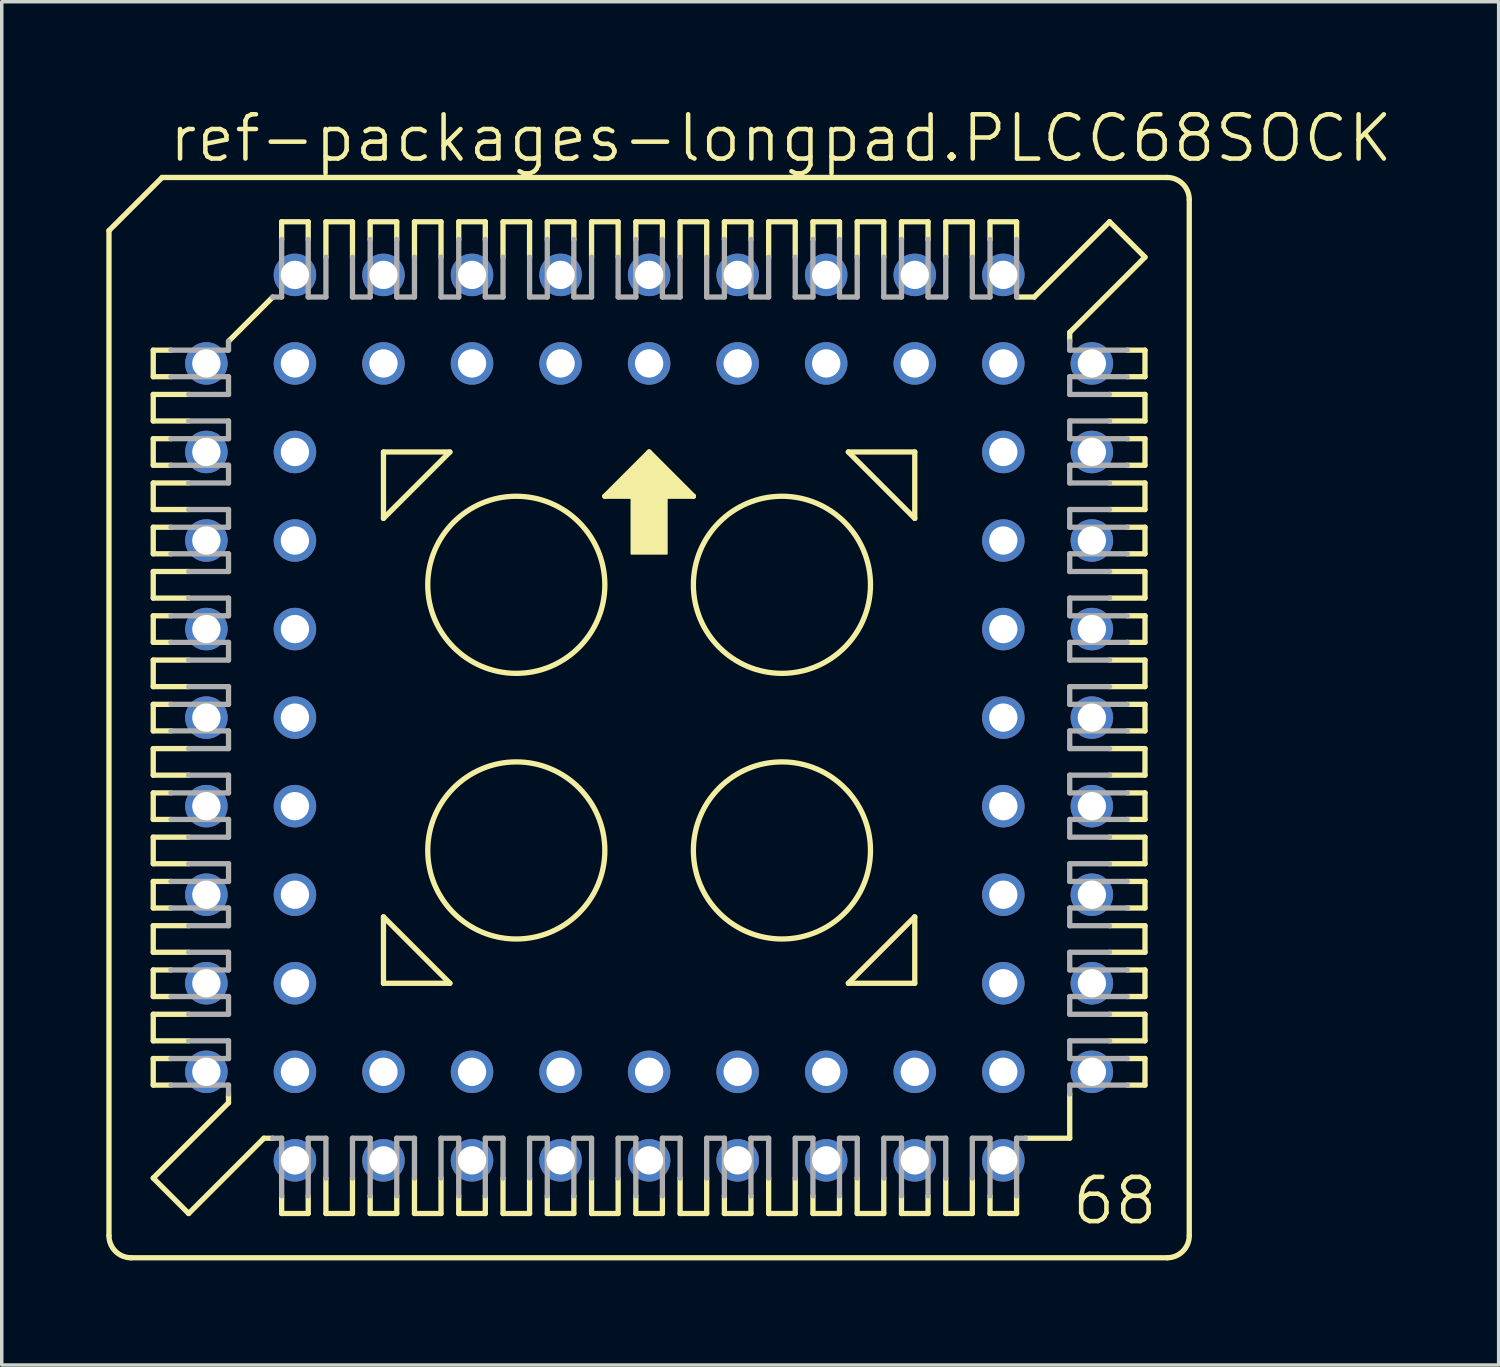
<source format=kicad_pcb>
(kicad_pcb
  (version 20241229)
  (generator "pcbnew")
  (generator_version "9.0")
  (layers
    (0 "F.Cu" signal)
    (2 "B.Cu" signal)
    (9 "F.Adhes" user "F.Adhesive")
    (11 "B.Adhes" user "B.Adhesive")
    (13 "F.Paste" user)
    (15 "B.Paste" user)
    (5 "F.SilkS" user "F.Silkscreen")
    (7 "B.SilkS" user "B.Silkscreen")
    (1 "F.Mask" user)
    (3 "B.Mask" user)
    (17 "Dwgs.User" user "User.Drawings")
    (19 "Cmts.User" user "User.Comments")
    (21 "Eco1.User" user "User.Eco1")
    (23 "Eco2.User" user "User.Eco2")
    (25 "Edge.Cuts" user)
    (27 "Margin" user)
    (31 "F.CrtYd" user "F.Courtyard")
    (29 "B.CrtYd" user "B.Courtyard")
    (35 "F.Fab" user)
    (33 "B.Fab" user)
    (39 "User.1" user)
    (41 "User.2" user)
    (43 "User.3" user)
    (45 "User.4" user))
  (footprint "ref-packages-longpad.PLCC68SOCK"
    (layer "F.Cu")
    (at 15.57 17.535)
    (property "Reference" "ref-packages-longpad.PLCC68SOCK" (at -13.843 -15.875 0) (layer "F.SilkS") (effects (font (size 1.27 1.27) (thickness 0.13)) (justify left bottom)))
    (attr through_hole)
    (fp_line (start -15.494 -13.97) (end -15.494 14.859) (stroke (width 0.152) (type default)) (layer "F.SilkS"))
    (fp_line (start -14.224 -10.541) (end -14.224 -9.779) (stroke (width 0.152) (type default)) (layer "F.SilkS"))
    (fp_line (start -14.224 -9.779) (end -13.716 -9.779) (stroke (width 0.152) (type default)) (layer "F.SilkS"))
    (fp_line (start -14.224 -9.271) (end -14.224 -8.509) (stroke (width 0.152) (type default)) (layer "F.SilkS"))
    (fp_line (start -14.224 -8.509) (end -13.208 -8.509) (stroke (width 0.152) (type default)) (layer "F.SilkS"))
    (fp_line (start -14.224 -8.001) (end -13.716 -8.001) (stroke (width 0.152) (type default)) (layer "F.SilkS"))
    (fp_line (start -14.224 -7.239) (end -14.224 -8.001) (stroke (width 0.152) (type default)) (layer "F.SilkS"))
    (fp_line (start -14.224 -6.731) (end -14.224 -5.969) (stroke (width 0.152) (type default)) (layer "F.SilkS"))
    (fp_line (start -14.224 -5.969) (end -13.208 -5.969) (stroke (width 0.152) (type default)) (layer "F.SilkS"))
    (fp_line (start -14.224 -5.461) (end -14.224 -4.699) (stroke (width 0.152) (type default)) (layer "F.SilkS"))
    (fp_line (start -14.224 -4.699) (end -13.716 -4.699) (stroke (width 0.152) (type default)) (layer "F.SilkS"))
    (fp_line (start -14.224 -4.191) (end -14.224 -3.429) (stroke (width 0.152) (type default)) (layer "F.SilkS"))
    (fp_line (start -14.224 -3.429) (end -13.208 -3.429) (stroke (width 0.152) (type default)) (layer "F.SilkS"))
    (fp_line (start -14.224 -2.921) (end -14.224 -2.159) (stroke (width 0.152) (type default)) (layer "F.SilkS"))
    (fp_line (start -14.224 -2.159) (end -13.716 -2.159) (stroke (width 0.152) (type default)) (layer "F.SilkS"))
    (fp_line (start -14.224 -1.651) (end -13.208 -1.651) (stroke (width 0.152) (type default)) (layer "F.SilkS"))
    (fp_line (start -14.224 -0.889) (end -14.224 -1.651) (stroke (width 0.152) (type default)) (layer "F.SilkS"))
    (fp_line (start -14.224 -0.381) (end -13.716 -0.381) (stroke (width 0.152) (type default)) (layer "F.SilkS"))
    (fp_line (start -14.224 0.381) (end -14.224 -0.381) (stroke (width 0.152) (type default)) (layer "F.SilkS"))
    (fp_line (start -14.224 0.889) (end -13.208 0.889) (stroke (width 0.152) (type default)) (layer "F.SilkS"))
    (fp_line (start -14.224 1.651) (end -14.224 0.889) (stroke (width 0.152) (type default)) (layer "F.SilkS"))
    (fp_line (start -14.224 2.159) (end -13.716 2.159) (stroke (width 0.152) (type default)) (layer "F.SilkS"))
    (fp_line (start -14.224 2.921) (end -14.224 2.159) (stroke (width 0.152) (type default)) (layer "F.SilkS"))
    (fp_line (start -14.224 3.429) (end -13.208 3.429) (stroke (width 0.152) (type default)) (layer "F.SilkS"))
    (fp_line (start -14.224 4.191) (end -14.224 3.429) (stroke (width 0.152) (type default)) (layer "F.SilkS"))
    (fp_line (start -14.224 4.699) (end -13.716 4.699) (stroke (width 0.152) (type default)) (layer "F.SilkS"))
    (fp_line (start -14.224 5.461) (end -14.224 4.699) (stroke (width 0.152) (type default)) (layer "F.SilkS"))
    (fp_line (start -14.224 5.969) (end -14.224 6.731) (stroke (width 0.152) (type default)) (layer "F.SilkS"))
    (fp_line (start -14.224 6.731) (end -13.208 6.731) (stroke (width 0.152) (type default)) (layer "F.SilkS"))
    (fp_line (start -14.224 7.239) (end -14.224 8.001) (stroke (width 0.152) (type default)) (layer "F.SilkS"))
    (fp_line (start -14.224 8.001) (end -13.716 8.001) (stroke (width 0.152) (type default)) (layer "F.SilkS"))
    (fp_line (start -14.224 8.509) (end -14.224 9.271) (stroke (width 0.152) (type default)) (layer "F.SilkS"))
    (fp_line (start -14.224 9.271) (end -13.208 9.271) (stroke (width 0.152) (type default)) (layer "F.SilkS"))
    (fp_line (start -14.224 9.779) (end -13.716 9.779) (stroke (width 0.152) (type default)) (layer "F.SilkS"))
    (fp_line (start -14.224 10.541) (end -14.224 9.779) (stroke (width 0.152) (type default)) (layer "F.SilkS"))
    (fp_line (start -14.224 13.208) (end -12.065 11.049) (stroke (width 0.152) (type default)) (layer "F.SilkS"))
    (fp_line (start -13.97 -15.494) (end -15.494 -13.97) (stroke (width 0.152) (type default)) (layer "F.SilkS"))
    (fp_line (start -13.716 -10.541) (end -14.224 -10.541) (stroke (width 0.152) (type default)) (layer "F.SilkS"))
    (fp_line (start -13.716 -7.239) (end -14.224 -7.239) (stroke (width 0.152) (type default)) (layer "F.SilkS"))
    (fp_line (start -13.716 -5.461) (end -14.224 -5.461) (stroke (width 0.152) (type default)) (layer "F.SilkS"))
    (fp_line (start -13.716 -2.921) (end -14.224 -2.921) (stroke (width 0.152) (type default)) (layer "F.SilkS"))
    (fp_line (start -13.716 0.381) (end -14.224 0.381) (stroke (width 0.152) (type default)) (layer "F.SilkS"))
    (fp_line (start -13.716 2.921) (end -14.224 2.921) (stroke (width 0.152) (type default)) (layer "F.SilkS"))
    (fp_line (start -13.716 5.461) (end -14.224 5.461) (stroke (width 0.152) (type default)) (layer "F.SilkS"))
    (fp_line (start -13.716 7.239) (end -14.224 7.239) (stroke (width 0.152) (type default)) (layer "F.SilkS"))
    (fp_line (start -13.716 10.541) (end -14.224 10.541) (stroke (width 0.152) (type default)) (layer "F.SilkS"))
    (fp_line (start -13.208 -9.271) (end -14.224 -9.271) (stroke (width 0.152) (type default)) (layer "F.SilkS"))
    (fp_line (start -13.208 -6.731) (end -14.224 -6.731) (stroke (width 0.152) (type default)) (layer "F.SilkS"))
    (fp_line (start -13.208 -4.191) (end -14.224 -4.191) (stroke (width 0.152) (type default)) (layer "F.SilkS"))
    (fp_line (start -13.208 -0.889) (end -14.224 -0.889) (stroke (width 0.152) (type default)) (layer "F.SilkS"))
    (fp_line (start -13.208 1.651) (end -14.224 1.651) (stroke (width 0.152) (type default)) (layer "F.SilkS"))
    (fp_line (start -13.208 4.191) (end -14.224 4.191) (stroke (width 0.152) (type default)) (layer "F.SilkS"))
    (fp_line (start -13.208 5.969) (end -14.224 5.969) (stroke (width 0.152) (type default)) (layer "F.SilkS"))
    (fp_line (start -13.208 8.509) (end -14.224 8.509) (stroke (width 0.152) (type default)) (layer "F.SilkS"))
    (fp_line (start -13.208 14.224) (end -14.224 13.208) (stroke (width 0.152) (type default)) (layer "F.SilkS"))
    (fp_line (start -13.208 14.224) (end -11.049 12.065) (stroke (width 0.152) (type default)) (layer "F.SilkS"))
    (fp_line (start -12.065 -10.795) (end -10.795 -12.065) (stroke (width 0.152) (type default)) (layer "F.SilkS"))
    (fp_line (start -12.065 11.049) (end -12.065 10.795) (stroke (width 0.152) (type default)) (layer "F.SilkS"))
    (fp_line (start -11.049 12.065) (end -10.795 12.065) (stroke (width 0.152) (type default)) (layer "F.SilkS"))
    (fp_line (start -10.541 -14.224) (end -10.541 -13.716) (stroke (width 0.152) (type default)) (layer "F.SilkS"))
    (fp_line (start -10.541 13.716) (end -10.541 14.224) (stroke (width 0.152) (type default)) (layer "F.SilkS"))
    (fp_line (start -10.541 14.224) (end -9.779 14.224) (stroke (width 0.152) (type default)) (layer "F.SilkS"))
    (fp_line (start -9.779 -14.224) (end -10.541 -14.224) (stroke (width 0.152) (type default)) (layer "F.SilkS"))
    (fp_line (start -9.779 -13.716) (end -9.779 -14.224) (stroke (width 0.152) (type default)) (layer "F.SilkS"))
    (fp_line (start -9.779 14.224) (end -9.779 13.716) (stroke (width 0.152) (type default)) (layer "F.SilkS"))
    (fp_line (start -9.271 -14.224) (end -9.271 -13.208) (stroke (width 0.152) (type default)) (layer "F.SilkS"))
    (fp_line (start -9.271 13.208) (end -9.271 14.224) (stroke (width 0.152) (type default)) (layer "F.SilkS"))
    (fp_line (start -9.271 14.224) (end -8.509 14.224) (stroke (width 0.152) (type default)) (layer "F.SilkS"))
    (fp_line (start -8.509 -14.224) (end -9.271 -14.224) (stroke (width 0.152) (type default)) (layer "F.SilkS"))
    (fp_line (start -8.509 -13.208) (end -8.509 -14.224) (stroke (width 0.152) (type default)) (layer "F.SilkS"))
    (fp_line (start -8.509 14.224) (end -8.509 13.208) (stroke (width 0.152) (type default)) (layer "F.SilkS"))
    (fp_line (start -8.001 -14.224) (end -8.001 -13.716) (stroke (width 0.152) (type default)) (layer "F.SilkS"))
    (fp_line (start -8.001 14.224) (end -8.001 13.716) (stroke (width 0.152) (type default)) (layer "F.SilkS"))
    (fp_line (start -7.62 -7.62) (end -5.715 -7.62) (stroke (width 0.152) (type default)) (layer "F.SilkS"))
    (fp_line (start -7.62 -5.715) (end -7.62 -7.62) (stroke (width 0.152) (type default)) (layer "F.SilkS"))
    (fp_line (start -7.62 5.715) (end -5.715 7.62) (stroke (width 0.152) (type default)) (layer "F.SilkS"))
    (fp_line (start -7.62 7.62) (end -7.62 5.715) (stroke (width 0.152) (type default)) (layer "F.SilkS"))
    (fp_line (start -7.239 -14.224) (end -8.001 -14.224) (stroke (width 0.152) (type default)) (layer "F.SilkS"))
    (fp_line (start -7.239 -13.716) (end -7.239 -14.224) (stroke (width 0.152) (type default)) (layer "F.SilkS"))
    (fp_line (start -7.239 13.716) (end -7.239 14.224) (stroke (width 0.152) (type default)) (layer "F.SilkS"))
    (fp_line (start -7.239 14.224) (end -8.001 14.224) (stroke (width 0.152) (type default)) (layer "F.SilkS"))
    (fp_line (start -6.731 -14.224) (end -6.731 -13.208) (stroke (width 0.152) (type default)) (layer "F.SilkS"))
    (fp_line (start -6.731 13.208) (end -6.731 14.224) (stroke (width 0.152) (type default)) (layer "F.SilkS"))
    (fp_line (start -6.731 14.224) (end -5.969 14.224) (stroke (width 0.152) (type default)) (layer "F.SilkS"))
    (fp_line (start -5.969 -14.224) (end -6.731 -14.224) (stroke (width 0.152) (type default)) (layer "F.SilkS"))
    (fp_line (start -5.969 -13.208) (end -5.969 -14.224) (stroke (width 0.152) (type default)) (layer "F.SilkS"))
    (fp_line (start -5.969 14.224) (end -5.969 13.208) (stroke (width 0.152) (type default)) (layer "F.SilkS"))
    (fp_line (start -5.715 -7.62) (end -7.62 -5.715) (stroke (width 0.152) (type default)) (layer "F.SilkS"))
    (fp_line (start -5.715 7.62) (end -7.62 7.62) (stroke (width 0.152) (type default)) (layer "F.SilkS"))
    (fp_line (start -5.461 -14.224) (end -5.461 -13.716) (stroke (width 0.152) (type default)) (layer "F.SilkS"))
    (fp_line (start -5.461 13.716) (end -5.461 14.224) (stroke (width 0.152) (type default)) (layer "F.SilkS"))
    (fp_line (start -5.461 14.224) (end -4.699 14.224) (stroke (width 0.152) (type default)) (layer "F.SilkS"))
    (fp_line (start -4.699 -14.224) (end -5.461 -14.224) (stroke (width 0.152) (type default)) (layer "F.SilkS"))
    (fp_line (start -4.699 -13.716) (end -4.699 -14.224) (stroke (width 0.152) (type default)) (layer "F.SilkS"))
    (fp_line (start -4.699 14.224) (end -4.699 13.716) (stroke (width 0.152) (type default)) (layer "F.SilkS"))
    (fp_line (start -4.191 -14.224) (end -4.191 -13.208) (stroke (width 0.152) (type default)) (layer "F.SilkS"))
    (fp_line (start -4.191 13.208) (end -4.191 14.224) (stroke (width 0.152) (type default)) (layer "F.SilkS"))
    (fp_line (start -4.191 14.224) (end -3.429 14.224) (stroke (width 0.152) (type default)) (layer "F.SilkS"))
    (fp_line (start -3.429 -14.224) (end -4.191 -14.224) (stroke (width 0.152) (type default)) (layer "F.SilkS"))
    (fp_line (start -3.429 -13.208) (end -3.429 -14.224) (stroke (width 0.152) (type default)) (layer "F.SilkS"))
    (fp_line (start -3.429 14.224) (end -3.429 13.208) (stroke (width 0.152) (type default)) (layer "F.SilkS"))
    (fp_line (start -2.921 -14.224) (end -2.921 -13.716) (stroke (width 0.152) (type default)) (layer "F.SilkS"))
    (fp_line (start -2.921 13.716) (end -2.921 14.224) (stroke (width 0.152) (type default)) (layer "F.SilkS"))
    (fp_line (start -2.921 14.224) (end -2.159 14.224) (stroke (width 0.152) (type default)) (layer "F.SilkS"))
    (fp_line (start -2.159 -14.224) (end -2.921 -14.224) (stroke (width 0.152) (type default)) (layer "F.SilkS"))
    (fp_line (start -2.159 -13.716) (end -2.159 -14.224) (stroke (width 0.152) (type default)) (layer "F.SilkS"))
    (fp_line (start -2.159 14.224) (end -2.159 13.716) (stroke (width 0.152) (type default)) (layer "F.SilkS"))
    (fp_line (start -1.651 -14.224) (end -1.651 -13.208) (stroke (width 0.152) (type default)) (layer "F.SilkS"))
    (fp_line (start -1.651 13.208) (end -1.651 14.224) (stroke (width 0.152) (type default)) (layer "F.SilkS"))
    (fp_line (start -1.651 14.224) (end -0.889 14.224) (stroke (width 0.152) (type default)) (layer "F.SilkS"))
    (fp_line (start -1.27 -6.35) (end 1.27 -6.35) (stroke (width 0.152) (type default)) (layer "F.SilkS"))
    (fp_line (start -0.889 -14.224) (end -1.651 -14.224) (stroke (width 0.152) (type default)) (layer "F.SilkS"))
    (fp_line (start -0.889 -13.208) (end -0.889 -14.224) (stroke (width 0.152) (type default)) (layer "F.SilkS"))
    (fp_line (start -0.889 14.224) (end -0.889 13.208) (stroke (width 0.152) (type default)) (layer "F.SilkS"))
    (fp_line (start -0.381 -14.224) (end -0.381 -13.716) (stroke (width 0.152) (type default)) (layer "F.SilkS"))
    (fp_line (start -0.381 13.716) (end -0.381 14.224) (stroke (width 0.152) (type default)) (layer "F.SilkS"))
    (fp_line (start -0.381 14.224) (end 0.381 14.224) (stroke (width 0.152) (type default)) (layer "F.SilkS"))
    (fp_line (start 0 -7.62) (end -1.27 -6.35) (stroke (width 0.152) (type default)) (layer "F.SilkS"))
    (fp_line (start 0.381 -14.224) (end -0.381 -14.224) (stroke (width 0.152) (type default)) (layer "F.SilkS"))
    (fp_line (start 0.381 -13.716) (end 0.381 -14.224) (stroke (width 0.152) (type default)) (layer "F.SilkS"))
    (fp_line (start 0.381 14.224) (end 0.381 13.716) (stroke (width 0.152) (type default)) (layer "F.SilkS"))
    (fp_line (start 0.889 -14.224) (end 0.889 -13.208) (stroke (width 0.152) (type default)) (layer "F.SilkS"))
    (fp_line (start 0.889 13.208) (end 0.889 14.224) (stroke (width 0.152) (type default)) (layer "F.SilkS"))
    (fp_line (start 0.889 14.224) (end 1.651 14.224) (stroke (width 0.152) (type default)) (layer "F.SilkS"))
    (fp_line (start 1.27 -6.35) (end 0 -7.62) (stroke (width 0.152) (type default)) (layer "F.SilkS"))
    (fp_line (start 1.651 -14.224) (end 0.889 -14.224) (stroke (width 0.152) (type default)) (layer "F.SilkS"))
    (fp_line (start 1.651 -13.208) (end 1.651 -14.224) (stroke (width 0.152) (type default)) (layer "F.SilkS"))
    (fp_line (start 1.651 14.224) (end 1.651 13.208) (stroke (width 0.152) (type default)) (layer "F.SilkS"))
    (fp_line (start 2.159 -14.224) (end 2.159 -13.716) (stroke (width 0.152) (type default)) (layer "F.SilkS"))
    (fp_line (start 2.159 13.716) (end 2.159 14.224) (stroke (width 0.152) (type default)) (layer "F.SilkS"))
    (fp_line (start 2.159 14.224) (end 2.921 14.224) (stroke (width 0.152) (type default)) (layer "F.SilkS"))
    (fp_line (start 2.921 -14.224) (end 2.159 -14.224) (stroke (width 0.152) (type default)) (layer "F.SilkS"))
    (fp_line (start 2.921 -13.716) (end 2.921 -14.224) (stroke (width 0.152) (type default)) (layer "F.SilkS"))
    (fp_line (start 2.921 14.224) (end 2.921 13.716) (stroke (width 0.152) (type default)) (layer "F.SilkS"))
    (fp_line (start 3.429 -14.224) (end 3.429 -13.208) (stroke (width 0.152) (type default)) (layer "F.SilkS"))
    (fp_line (start 3.429 13.208) (end 3.429 14.224) (stroke (width 0.152) (type default)) (layer "F.SilkS"))
    (fp_line (start 3.429 14.224) (end 4.191 14.224) (stroke (width 0.152) (type default)) (layer "F.SilkS"))
    (fp_line (start 4.191 -14.224) (end 3.429 -14.224) (stroke (width 0.152) (type default)) (layer "F.SilkS"))
    (fp_line (start 4.191 -13.208) (end 4.191 -14.224) (stroke (width 0.152) (type default)) (layer "F.SilkS"))
    (fp_line (start 4.191 14.224) (end 4.191 13.208) (stroke (width 0.152) (type default)) (layer "F.SilkS"))
    (fp_line (start 4.699 -14.224) (end 4.699 -13.716) (stroke (width 0.152) (type default)) (layer "F.SilkS"))
    (fp_line (start 4.699 13.716) (end 4.699 14.224) (stroke (width 0.152) (type default)) (layer "F.SilkS"))
    (fp_line (start 4.699 14.224) (end 5.461 14.224) (stroke (width 0.152) (type default)) (layer "F.SilkS"))
    (fp_line (start 5.461 -14.224) (end 4.699 -14.224) (stroke (width 0.152) (type default)) (layer "F.SilkS"))
    (fp_line (start 5.461 -13.716) (end 5.461 -14.224) (stroke (width 0.152) (type default)) (layer "F.SilkS"))
    (fp_line (start 5.461 14.224) (end 5.461 13.716) (stroke (width 0.152) (type default)) (layer "F.SilkS"))
    (fp_line (start 5.715 -7.62) (end 7.62 -7.62) (stroke (width 0.152) (type default)) (layer "F.SilkS"))
    (fp_line (start 5.715 7.62) (end 7.62 7.62) (stroke (width 0.152) (type default)) (layer "F.SilkS"))
    (fp_line (start 5.969 -14.224) (end 5.969 -13.208) (stroke (width 0.152) (type default)) (layer "F.SilkS"))
    (fp_line (start 5.969 13.208) (end 5.969 14.224) (stroke (width 0.152) (type default)) (layer "F.SilkS"))
    (fp_line (start 5.969 14.224) (end 6.731 14.224) (stroke (width 0.152) (type default)) (layer "F.SilkS"))
    (fp_line (start 6.731 -14.224) (end 5.969 -14.224) (stroke (width 0.152) (type default)) (layer "F.SilkS"))
    (fp_line (start 6.731 -13.208) (end 6.731 -14.224) (stroke (width 0.152) (type default)) (layer "F.SilkS"))
    (fp_line (start 6.731 14.224) (end 6.731 13.208) (stroke (width 0.152) (type default)) (layer "F.SilkS"))
    (fp_line (start 7.239 -14.224) (end 8.001 -14.224) (stroke (width 0.152) (type default)) (layer "F.SilkS"))
    (fp_line (start 7.239 -13.716) (end 7.239 -14.224) (stroke (width 0.152) (type default)) (layer "F.SilkS"))
    (fp_line (start 7.239 13.716) (end 7.239 14.224) (stroke (width 0.152) (type default)) (layer "F.SilkS"))
    (fp_line (start 7.239 14.224) (end 8.001 14.224) (stroke (width 0.152) (type default)) (layer "F.SilkS"))
    (fp_line (start 7.62 -7.62) (end 7.62 -5.715) (stroke (width 0.152) (type default)) (layer "F.SilkS"))
    (fp_line (start 7.62 -5.715) (end 5.715 -7.62) (stroke (width 0.152) (type default)) (layer "F.SilkS"))
    (fp_line (start 7.62 5.715) (end 5.715 7.62) (stroke (width 0.152) (type default)) (layer "F.SilkS"))
    (fp_line (start 7.62 7.62) (end 7.62 5.715) (stroke (width 0.152) (type default)) (layer "F.SilkS"))
    (fp_line (start 8.001 -14.224) (end 8.001 -13.716) (stroke (width 0.152) (type default)) (layer "F.SilkS"))
    (fp_line (start 8.001 14.224) (end 8.001 13.716) (stroke (width 0.152) (type default)) (layer "F.SilkS"))
    (fp_line (start 8.509 -14.224) (end 8.509 -13.208) (stroke (width 0.152) (type default)) (layer "F.SilkS"))
    (fp_line (start 8.509 13.208) (end 8.509 14.224) (stroke (width 0.152) (type default)) (layer "F.SilkS"))
    (fp_line (start 8.509 14.224) (end 9.271 14.224) (stroke (width 0.152) (type default)) (layer "F.SilkS"))
    (fp_line (start 9.271 -14.224) (end 8.509 -14.224) (stroke (width 0.152) (type default)) (layer "F.SilkS"))
    (fp_line (start 9.271 -13.208) (end 9.271 -14.224) (stroke (width 0.152) (type default)) (layer "F.SilkS"))
    (fp_line (start 9.271 14.224) (end 9.271 13.208) (stroke (width 0.152) (type default)) (layer "F.SilkS"))
    (fp_line (start 9.779 -14.224) (end 9.779 -13.716) (stroke (width 0.152) (type default)) (layer "F.SilkS"))
    (fp_line (start 9.779 13.716) (end 9.779 14.224) (stroke (width 0.152) (type default)) (layer "F.SilkS"))
    (fp_line (start 9.779 14.224) (end 10.541 14.224) (stroke (width 0.152) (type default)) (layer "F.SilkS"))
    (fp_line (start 10.541 -14.224) (end 9.779 -14.224) (stroke (width 0.152) (type default)) (layer "F.SilkS"))
    (fp_line (start 10.541 -13.716) (end 10.541 -14.224) (stroke (width 0.152) (type default)) (layer "F.SilkS"))
    (fp_line (start 10.541 14.224) (end 10.541 13.716) (stroke (width 0.152) (type default)) (layer "F.SilkS"))
    (fp_line (start 10.795 12.065) (end 12.065 12.065) (stroke (width 0.152) (type default)) (layer "F.SilkS"))
    (fp_line (start 11.049 -12.065) (end 10.541 -12.065) (stroke (width 0.152) (type default)) (layer "F.SilkS"))
    (fp_line (start 12.065 -11.049) (end 12.065 -10.795) (stroke (width 0.152) (type default)) (layer "F.SilkS"))
    (fp_line (start 12.065 12.065) (end 12.065 10.795) (stroke (width 0.152) (type default)) (layer "F.SilkS"))
    (fp_line (start 13.208 -14.224) (end 11.049 -12.065) (stroke (width 0.152) (type default)) (layer "F.SilkS"))
    (fp_line (start 13.208 -8.509) (end 14.224 -8.509) (stroke (width 0.152) (type default)) (layer "F.SilkS"))
    (fp_line (start 13.208 -5.969) (end 14.224 -5.969) (stroke (width 0.152) (type default)) (layer "F.SilkS"))
    (fp_line (start 13.208 -4.191) (end 14.224 -4.191) (stroke (width 0.152) (type default)) (layer "F.SilkS"))
    (fp_line (start 13.208 -1.651) (end 14.224 -1.651) (stroke (width 0.152) (type default)) (layer "F.SilkS"))
    (fp_line (start 13.208 0.889) (end 14.224 0.889) (stroke (width 0.152) (type default)) (layer "F.SilkS"))
    (fp_line (start 13.208 4.191) (end 14.224 4.191) (stroke (width 0.152) (type default)) (layer "F.SilkS"))
    (fp_line (start 13.208 6.731) (end 14.224 6.731) (stroke (width 0.152) (type default)) (layer "F.SilkS"))
    (fp_line (start 13.208 9.271) (end 14.224 9.271) (stroke (width 0.152) (type default)) (layer "F.SilkS"))
    (fp_line (start 13.716 -10.541) (end 14.224 -10.541) (stroke (width 0.152) (type default)) (layer "F.SilkS"))
    (fp_line (start 13.716 -7.239) (end 14.224 -7.239) (stroke (width 0.152) (type default)) (layer "F.SilkS"))
    (fp_line (start 13.716 -5.461) (end 14.224 -5.461) (stroke (width 0.152) (type default)) (layer "F.SilkS"))
    (fp_line (start 13.716 -2.921) (end 14.224 -2.921) (stroke (width 0.152) (type default)) (layer "F.SilkS"))
    (fp_line (start 13.716 -0.381) (end 14.224 -0.381) (stroke (width 0.152) (type default)) (layer "F.SilkS"))
    (fp_line (start 13.716 2.921) (end 14.224 2.921) (stroke (width 0.152) (type default)) (layer "F.SilkS"))
    (fp_line (start 13.716 5.461) (end 14.224 5.461) (stroke (width 0.152) (type default)) (layer "F.SilkS"))
    (fp_line (start 13.716 7.239) (end 14.224 7.239) (stroke (width 0.152) (type default)) (layer "F.SilkS"))
    (fp_line (start 13.716 10.541) (end 14.224 10.541) (stroke (width 0.152) (type default)) (layer "F.SilkS"))
    (fp_line (start 14.224 -13.208) (end 12.065 -11.049) (stroke (width 0.152) (type default)) (layer "F.SilkS"))
    (fp_line (start 14.224 -13.208) (end 13.208 -14.224) (stroke (width 0.152) (type default)) (layer "F.SilkS"))
    (fp_line (start 14.224 -10.541) (end 14.224 -9.779) (stroke (width 0.152) (type default)) (layer "F.SilkS"))
    (fp_line (start 14.224 -9.779) (end 13.716 -9.779) (stroke (width 0.152) (type default)) (layer "F.SilkS"))
    (fp_line (start 14.224 -9.271) (end 13.208 -9.271) (stroke (width 0.152) (type default)) (layer "F.SilkS"))
    (fp_line (start 14.224 -8.509) (end 14.224 -9.271) (stroke (width 0.152) (type default)) (layer "F.SilkS"))
    (fp_line (start 14.224 -8.001) (end 13.716 -8.001) (stroke (width 0.152) (type default)) (layer "F.SilkS"))
    (fp_line (start 14.224 -7.239) (end 14.224 -8.001) (stroke (width 0.152) (type default)) (layer "F.SilkS"))
    (fp_line (start 14.224 -6.731) (end 13.208 -6.731) (stroke (width 0.152) (type default)) (layer "F.SilkS"))
    (fp_line (start 14.224 -5.969) (end 14.224 -6.731) (stroke (width 0.152) (type default)) (layer "F.SilkS"))
    (fp_line (start 14.224 -5.461) (end 14.224 -4.699) (stroke (width 0.152) (type default)) (layer "F.SilkS"))
    (fp_line (start 14.224 -4.699) (end 13.716 -4.699) (stroke (width 0.152) (type default)) (layer "F.SilkS"))
    (fp_line (start 14.224 -4.191) (end 14.224 -3.429) (stroke (width 0.152) (type default)) (layer "F.SilkS"))
    (fp_line (start 14.224 -3.429) (end 13.208 -3.429) (stroke (width 0.152) (type default)) (layer "F.SilkS"))
    (fp_line (start 14.224 -2.921) (end 14.224 -2.159) (stroke (width 0.152) (type default)) (layer "F.SilkS"))
    (fp_line (start 14.224 -2.159) (end 13.716 -2.159) (stroke (width 0.152) (type default)) (layer "F.SilkS"))
    (fp_line (start 14.224 -1.651) (end 14.224 -0.889) (stroke (width 0.152) (type default)) (layer "F.SilkS"))
    (fp_line (start 14.224 -0.889) (end 13.208 -0.889) (stroke (width 0.152) (type default)) (layer "F.SilkS"))
    (fp_line (start 14.224 -0.381) (end 14.224 0.381) (stroke (width 0.152) (type default)) (layer "F.SilkS"))
    (fp_line (start 14.224 0.381) (end 13.716 0.381) (stroke (width 0.152) (type default)) (layer "F.SilkS"))
    (fp_line (start 14.224 0.889) (end 14.224 1.651) (stroke (width 0.152) (type default)) (layer "F.SilkS"))
    (fp_line (start 14.224 1.651) (end 13.208 1.651) (stroke (width 0.152) (type default)) (layer "F.SilkS"))
    (fp_line (start 14.224 2.159) (end 13.716 2.159) (stroke (width 0.152) (type default)) (layer "F.SilkS"))
    (fp_line (start 14.224 2.921) (end 14.224 2.159) (stroke (width 0.152) (type default)) (layer "F.SilkS"))
    (fp_line (start 14.224 3.429) (end 13.208 3.429) (stroke (width 0.152) (type default)) (layer "F.SilkS"))
    (fp_line (start 14.224 4.191) (end 14.224 3.429) (stroke (width 0.152) (type default)) (layer "F.SilkS"))
    (fp_line (start 14.224 4.699) (end 13.716 4.699) (stroke (width 0.152) (type default)) (layer "F.SilkS"))
    (fp_line (start 14.224 5.461) (end 14.224 4.699) (stroke (width 0.152) (type default)) (layer "F.SilkS"))
    (fp_line (start 14.224 5.969) (end 13.208 5.969) (stroke (width 0.152) (type default)) (layer "F.SilkS"))
    (fp_line (start 14.224 6.731) (end 14.224 5.969) (stroke (width 0.152) (type default)) (layer "F.SilkS"))
    (fp_line (start 14.224 7.239) (end 14.224 8.001) (stroke (width 0.152) (type default)) (layer "F.SilkS"))
    (fp_line (start 14.224 8.001) (end 13.716 8.001) (stroke (width 0.152) (type default)) (layer "F.SilkS"))
    (fp_line (start 14.224 8.509) (end 13.208 8.509) (stroke (width 0.152) (type default)) (layer "F.SilkS"))
    (fp_line (start 14.224 9.271) (end 14.224 8.509) (stroke (width 0.152) (type default)) (layer "F.SilkS"))
    (fp_line (start 14.224 9.779) (end 13.716 9.779) (stroke (width 0.152) (type default)) (layer "F.SilkS"))
    (fp_line (start 14.224 10.541) (end 14.224 9.779) (stroke (width 0.152) (type default)) (layer "F.SilkS"))
    (fp_line (start 14.859 -15.494) (end -13.97 -15.494) (stroke (width 0.152) (type default)) (layer "F.SilkS"))
    (fp_line (start 14.859 15.494) (end -14.859 15.494) (stroke (width 0.152) (type default)) (layer "F.SilkS"))
    (fp_line (start 15.494 -14.859) (end 15.494 14.859) (stroke (width 0.152) (type default)) (layer "F.SilkS"))
    (fp_rect (start -1.143 -6.35) (end -0.889 -6.477) (stroke (width 0.05) (type default)) (fill yes) (layer "F.SilkS"))
    (fp_rect (start -1.016 -6.477) (end -0.889 -6.604) (stroke (width 0.05) (type default)) (fill yes) (layer "F.SilkS"))
    (fp_rect (start -0.889 -6.35) (end 0.889 -6.731) (stroke (width 0.05) (type default)) (fill yes) (layer "F.SilkS"))
    (fp_rect (start -0.762 -6.731) (end -0.635 -6.858) (stroke (width 0.05) (type default)) (fill yes) (layer "F.SilkS"))
    (fp_rect (start -0.635 -6.731) (end 0.635 -6.985) (stroke (width 0.05) (type default)) (fill yes) (layer "F.SilkS"))
    (fp_rect (start -0.508 -6.985) (end -0.381 -7.112) (stroke (width 0.05) (type default)) (fill yes) (layer "F.SilkS"))
    (fp_rect (start -0.508 -4.699) (end 0.508 -6.604) (stroke (width 0.05) (type default)) (fill yes) (layer "F.SilkS"))
    (fp_rect (start -0.381 -6.985) (end 0.381 -7.239) (stroke (width 0.05) (type default)) (fill yes) (layer "F.SilkS"))
    (fp_rect (start -0.254 -7.239) (end -0.127 -7.366) (stroke (width 0.05) (type default)) (fill yes) (layer "F.SilkS"))
    (fp_rect (start -0.127 -7.239) (end 0.127 -7.493) (stroke (width 0.05) (type default)) (fill yes) (layer "F.SilkS"))
    (fp_rect (start 0.127 -7.239) (end 0.254 -7.366) (stroke (width 0.05) (type default)) (fill yes) (layer "F.SilkS"))
    (fp_rect (start 0.381 -6.985) (end 0.508 -7.112) (stroke (width 0.05) (type default)) (fill yes) (layer "F.SilkS"))
    (fp_rect (start 0.635 -6.731) (end 0.762 -6.858) (stroke (width 0.05) (type default)) (fill yes) (layer "F.SilkS"))
    (fp_rect (start 0.889 -6.477) (end 1.016 -6.604) (stroke (width 0.05) (type default)) (fill yes) (layer "F.SilkS"))
    (fp_rect (start 0.889 -6.35) (end 1.143 -6.477) (stroke (width 0.05) (type default)) (fill yes) (layer "F.SilkS"))
    (fp_arc (start -14.859 15.494) (mid -15.308013 15.308013) (end -15.494 14.859) (stroke (width 0.1524) (type default)) (layer "F.SilkS"))
    (fp_arc (start 14.859 -15.494) (mid 15.308013 -15.308013) (end 15.494 -14.859) (stroke (width 0.1524) (type default)) (layer "F.SilkS"))
    (fp_arc (start 15.494 14.859) (mid 15.308013 15.308013) (end 14.859 15.494) (stroke (width 0.1524) (type default)) (layer "F.SilkS"))
    (fp_circle (center -3.81 -3.81) (end -1.27 -3.81) (stroke (width 0.152) (type default)) (fill no) (layer "F.SilkS"))
    (fp_circle (center -3.81 3.81) (end -1.27 3.81) (stroke (width 0.152) (type default)) (fill no) (layer "F.SilkS"))
    (fp_circle (center 3.81 -3.81) (end 6.35 -3.81) (stroke (width 0.152) (type default)) (fill no) (layer "F.SilkS"))
    (fp_circle (center 3.81 3.81) (end 6.35 3.81) (stroke (width 0.152) (type default)) (fill no) (layer "F.SilkS"))
    (fp_line (start -13.716 -10.541) (end -12.065 -10.541) (stroke (width 0.152) (type default)) (layer "F.Fab"))
    (fp_line (start -13.716 -7.239) (end -12.065 -7.239) (stroke (width 0.152) (type default)) (layer "F.Fab"))
    (fp_line (start -13.716 -5.461) (end -12.065 -5.461) (stroke (width 0.152) (type default)) (layer "F.Fab"))
    (fp_line (start -13.716 -2.921) (end -12.065 -2.921) (stroke (width 0.152) (type default)) (layer "F.Fab"))
    (fp_line (start -13.716 0.381) (end -12.065 0.381) (stroke (width 0.152) (type default)) (layer "F.Fab"))
    (fp_line (start -13.716 2.921) (end -12.065 2.921) (stroke (width 0.152) (type default)) (layer "F.Fab"))
    (fp_line (start -13.716 5.461) (end -12.065 5.461) (stroke (width 0.152) (type default)) (layer "F.Fab"))
    (fp_line (start -13.716 7.239) (end -12.065 7.239) (stroke (width 0.152) (type default)) (layer "F.Fab"))
    (fp_line (start -13.716 9.779) (end -12.065 9.779) (stroke (width 0.152) (type default)) (layer "F.Fab"))
    (fp_line (start -13.716 10.541) (end -12.065 10.541) (stroke (width 0.152) (type default)) (layer "F.Fab"))
    (fp_line (start -13.208 -9.271) (end -12.065 -9.271) (stroke (width 0.152) (type default)) (layer "F.Fab"))
    (fp_line (start -13.208 -6.731) (end -12.065 -6.731) (stroke (width 0.152) (type default)) (layer "F.Fab"))
    (fp_line (start -13.208 -4.191) (end -12.065 -4.191) (stroke (width 0.152) (type default)) (layer "F.Fab"))
    (fp_line (start -13.208 -0.889) (end -12.065 -0.889) (stroke (width 0.152) (type default)) (layer "F.Fab"))
    (fp_line (start -13.208 1.651) (end -12.065 1.651) (stroke (width 0.152) (type default)) (layer "F.Fab"))
    (fp_line (start -13.208 4.191) (end -12.065 4.191) (stroke (width 0.152) (type default)) (layer "F.Fab"))
    (fp_line (start -13.208 5.969) (end -12.065 5.969) (stroke (width 0.152) (type default)) (layer "F.Fab"))
    (fp_line (start -13.208 8.509) (end -12.065 8.509) (stroke (width 0.152) (type default)) (layer "F.Fab"))
    (fp_line (start -12.065 -10.541) (end -12.065 -10.795) (stroke (width 0.152) (type default)) (layer "F.Fab"))
    (fp_line (start -12.065 -9.779) (end -13.716 -9.779) (stroke (width 0.152) (type default)) (layer "F.Fab"))
    (fp_line (start -12.065 -9.779) (end -12.065 -9.271) (stroke (width 0.152) (type default)) (layer "F.Fab"))
    (fp_line (start -12.065 -8.509) (end -13.208 -8.509) (stroke (width 0.152) (type default)) (layer "F.Fab"))
    (fp_line (start -12.065 -8.001) (end -13.716 -8.001) (stroke (width 0.152) (type default)) (layer "F.Fab"))
    (fp_line (start -12.065 -8.001) (end -12.065 -8.509) (stroke (width 0.152) (type default)) (layer "F.Fab"))
    (fp_line (start -12.065 -6.731) (end -12.065 -7.239) (stroke (width 0.152) (type default)) (layer "F.Fab"))
    (fp_line (start -12.065 -5.969) (end -13.208 -5.969) (stroke (width 0.152) (type default)) (layer "F.Fab"))
    (fp_line (start -12.065 -5.969) (end -12.065 -5.461) (stroke (width 0.152) (type default)) (layer "F.Fab"))
    (fp_line (start -12.065 -4.699) (end -13.716 -4.699) (stroke (width 0.152) (type default)) (layer "F.Fab"))
    (fp_line (start -12.065 -4.699) (end -12.065 -4.191) (stroke (width 0.152) (type default)) (layer "F.Fab"))
    (fp_line (start -12.065 -3.429) (end -13.208 -3.429) (stroke (width 0.152) (type default)) (layer "F.Fab"))
    (fp_line (start -12.065 -3.429) (end -12.065 -2.921) (stroke (width 0.152) (type default)) (layer "F.Fab"))
    (fp_line (start -12.065 -2.159) (end -13.716 -2.159) (stroke (width 0.152) (type default)) (layer "F.Fab"))
    (fp_line (start -12.065 -2.159) (end -12.065 -1.651) (stroke (width 0.152) (type default)) (layer "F.Fab"))
    (fp_line (start -12.065 -1.651) (end -13.208 -1.651) (stroke (width 0.152) (type default)) (layer "F.Fab"))
    (fp_line (start -12.065 -0.381) (end -13.716 -0.381) (stroke (width 0.152) (type default)) (layer "F.Fab"))
    (fp_line (start -12.065 -0.381) (end -12.065 -0.889) (stroke (width 0.152) (type default)) (layer "F.Fab"))
    (fp_line (start -12.065 0.889) (end -13.208 0.889) (stroke (width 0.152) (type default)) (layer "F.Fab"))
    (fp_line (start -12.065 0.889) (end -12.065 0.381) (stroke (width 0.152) (type default)) (layer "F.Fab"))
    (fp_line (start -12.065 2.159) (end -13.716 2.159) (stroke (width 0.152) (type default)) (layer "F.Fab"))
    (fp_line (start -12.065 2.159) (end -12.065 1.651) (stroke (width 0.152) (type default)) (layer "F.Fab"))
    (fp_line (start -12.065 3.429) (end -13.208 3.429) (stroke (width 0.152) (type default)) (layer "F.Fab"))
    (fp_line (start -12.065 3.429) (end -12.065 2.921) (stroke (width 0.152) (type default)) (layer "F.Fab"))
    (fp_line (start -12.065 4.699) (end -13.716 4.699) (stroke (width 0.152) (type default)) (layer "F.Fab"))
    (fp_line (start -12.065 4.699) (end -12.065 4.191) (stroke (width 0.152) (type default)) (layer "F.Fab"))
    (fp_line (start -12.065 5.461) (end -12.065 5.969) (stroke (width 0.152) (type default)) (layer "F.Fab"))
    (fp_line (start -12.065 6.731) (end -13.208 6.731) (stroke (width 0.152) (type default)) (layer "F.Fab"))
    (fp_line (start -12.065 6.731) (end -12.065 7.239) (stroke (width 0.152) (type default)) (layer "F.Fab"))
    (fp_line (start -12.065 8.001) (end -13.716 8.001) (stroke (width 0.152) (type default)) (layer "F.Fab"))
    (fp_line (start -12.065 8.001) (end -12.065 8.509) (stroke (width 0.152) (type default)) (layer "F.Fab"))
    (fp_line (start -12.065 9.271) (end -13.208 9.271) (stroke (width 0.152) (type default)) (layer "F.Fab"))
    (fp_line (start -12.065 9.271) (end -12.065 9.779) (stroke (width 0.152) (type default)) (layer "F.Fab"))
    (fp_line (start -12.065 10.541) (end -12.065 10.795) (stroke (width 0.152) (type default)) (layer "F.Fab"))
    (fp_line (start -10.795 -12.065) (end -10.541 -12.065) (stroke (width 0.152) (type default)) (layer "F.Fab"))
    (fp_line (start -10.541 -12.065) (end -10.541 -13.716) (stroke (width 0.152) (type default)) (layer "F.Fab"))
    (fp_line (start -10.541 12.065) (end -10.795 12.065) (stroke (width 0.152) (type default)) (layer "F.Fab"))
    (fp_line (start -10.541 13.716) (end -10.541 12.065) (stroke (width 0.152) (type default)) (layer "F.Fab"))
    (fp_line (start -9.779 -13.716) (end -9.779 -12.065) (stroke (width 0.152) (type default)) (layer "F.Fab"))
    (fp_line (start -9.779 12.065) (end -9.779 13.716) (stroke (width 0.152) (type default)) (layer "F.Fab"))
    (fp_line (start -9.779 12.065) (end -9.271 12.065) (stroke (width 0.152) (type default)) (layer "F.Fab"))
    (fp_line (start -9.271 -12.065) (end -9.779 -12.065) (stroke (width 0.152) (type default)) (layer "F.Fab"))
    (fp_line (start -9.271 -12.065) (end -9.271 -13.208) (stroke (width 0.152) (type default)) (layer "F.Fab"))
    (fp_line (start -9.271 13.208) (end -9.271 12.065) (stroke (width 0.152) (type default)) (layer "F.Fab"))
    (fp_line (start -8.509 -13.208) (end -8.509 -12.065) (stroke (width 0.152) (type default)) (layer "F.Fab"))
    (fp_line (start -8.509 12.065) (end -8.509 13.208) (stroke (width 0.152) (type default)) (layer "F.Fab"))
    (fp_line (start -8.001 -12.065) (end -8.509 -12.065) (stroke (width 0.152) (type default)) (layer "F.Fab"))
    (fp_line (start -8.001 -12.065) (end -8.001 -13.716) (stroke (width 0.152) (type default)) (layer "F.Fab"))
    (fp_line (start -8.001 12.065) (end -8.509 12.065) (stroke (width 0.152) (type default)) (layer "F.Fab"))
    (fp_line (start -8.001 12.065) (end -8.001 13.716) (stroke (width 0.152) (type default)) (layer "F.Fab"))
    (fp_line (start -7.239 -13.716) (end -7.239 -12.065) (stroke (width 0.152) (type default)) (layer "F.Fab"))
    (fp_line (start -7.239 13.716) (end -7.239 12.065) (stroke (width 0.152) (type default)) (layer "F.Fab"))
    (fp_line (start -6.731 -12.065) (end -7.239 -12.065) (stroke (width 0.152) (type default)) (layer "F.Fab"))
    (fp_line (start -6.731 -12.065) (end -6.731 -13.208) (stroke (width 0.152) (type default)) (layer "F.Fab"))
    (fp_line (start -6.731 12.065) (end -7.239 12.065) (stroke (width 0.152) (type default)) (layer "F.Fab"))
    (fp_line (start -6.731 13.208) (end -6.731 12.065) (stroke (width 0.152) (type default)) (layer "F.Fab"))
    (fp_line (start -5.969 -13.208) (end -5.969 -12.065) (stroke (width 0.152) (type default)) (layer "F.Fab"))
    (fp_line (start -5.969 12.065) (end -5.969 13.208) (stroke (width 0.152) (type default)) (layer "F.Fab"))
    (fp_line (start -5.969 12.065) (end -5.461 12.065) (stroke (width 0.152) (type default)) (layer "F.Fab"))
    (fp_line (start -5.461 -12.065) (end -5.969 -12.065) (stroke (width 0.152) (type default)) (layer "F.Fab"))
    (fp_line (start -5.461 -12.065) (end -5.461 -13.716) (stroke (width 0.152) (type default)) (layer "F.Fab"))
    (fp_line (start -5.461 13.716) (end -5.461 12.065) (stroke (width 0.152) (type default)) (layer "F.Fab"))
    (fp_line (start -4.699 -13.716) (end -4.699 -12.065) (stroke (width 0.152) (type default)) (layer "F.Fab"))
    (fp_line (start -4.699 12.065) (end -4.699 13.716) (stroke (width 0.152) (type default)) (layer "F.Fab"))
    (fp_line (start -4.699 12.065) (end -4.191 12.065) (stroke (width 0.152) (type default)) (layer "F.Fab"))
    (fp_line (start -4.191 -12.065) (end -4.699 -12.065) (stroke (width 0.152) (type default)) (layer "F.Fab"))
    (fp_line (start -4.191 -12.065) (end -4.191 -13.208) (stroke (width 0.152) (type default)) (layer "F.Fab"))
    (fp_line (start -4.191 13.208) (end -4.191 12.065) (stroke (width 0.152) (type default)) (layer "F.Fab"))
    (fp_line (start -3.429 -13.208) (end -3.429 -12.065) (stroke (width 0.152) (type default)) (layer "F.Fab"))
    (fp_line (start -3.429 12.065) (end -3.429 13.208) (stroke (width 0.152) (type default)) (layer "F.Fab"))
    (fp_line (start -3.429 12.065) (end -2.921 12.065) (stroke (width 0.152) (type default)) (layer "F.Fab"))
    (fp_line (start -2.921 -12.065) (end -3.429 -12.065) (stroke (width 0.152) (type default)) (layer "F.Fab"))
    (fp_line (start -2.921 -12.065) (end -2.921 -13.716) (stroke (width 0.152) (type default)) (layer "F.Fab"))
    (fp_line (start -2.921 13.716) (end -2.921 12.065) (stroke (width 0.152) (type default)) (layer "F.Fab"))
    (fp_line (start -2.159 -13.716) (end -2.159 -12.065) (stroke (width 0.152) (type default)) (layer "F.Fab"))
    (fp_line (start -2.159 12.065) (end -2.159 13.716) (stroke (width 0.152) (type default)) (layer "F.Fab"))
    (fp_line (start -2.159 12.065) (end -1.651 12.065) (stroke (width 0.152) (type default)) (layer "F.Fab"))
    (fp_line (start -1.651 -12.065) (end -2.159 -12.065) (stroke (width 0.152) (type default)) (layer "F.Fab"))
    (fp_line (start -1.651 -12.065) (end -1.651 -13.208) (stroke (width 0.152) (type default)) (layer "F.Fab"))
    (fp_line (start -1.651 13.208) (end -1.651 12.065) (stroke (width 0.152) (type default)) (layer "F.Fab"))
    (fp_line (start -0.889 -13.208) (end -0.889 -12.065) (stroke (width 0.152) (type default)) (layer "F.Fab"))
    (fp_line (start -0.889 12.065) (end -0.889 13.208) (stroke (width 0.152) (type default)) (layer "F.Fab"))
    (fp_line (start -0.889 12.065) (end -0.381 12.065) (stroke (width 0.152) (type default)) (layer "F.Fab"))
    (fp_line (start -0.381 -12.065) (end -0.889 -12.065) (stroke (width 0.152) (type default)) (layer "F.Fab"))
    (fp_line (start -0.381 -12.065) (end -0.381 -13.716) (stroke (width 0.152) (type default)) (layer "F.Fab"))
    (fp_line (start -0.381 13.716) (end -0.381 12.065) (stroke (width 0.152) (type default)) (layer "F.Fab"))
    (fp_line (start 0.381 -13.716) (end 0.381 -12.065) (stroke (width 0.152) (type default)) (layer "F.Fab"))
    (fp_line (start 0.381 12.065) (end 0.381 13.716) (stroke (width 0.152) (type default)) (layer "F.Fab"))
    (fp_line (start 0.381 12.065) (end 0.889 12.065) (stroke (width 0.152) (type default)) (layer "F.Fab"))
    (fp_line (start 0.889 -12.065) (end 0.381 -12.065) (stroke (width 0.152) (type default)) (layer "F.Fab"))
    (fp_line (start 0.889 -12.065) (end 0.889 -13.208) (stroke (width 0.152) (type default)) (layer "F.Fab"))
    (fp_line (start 0.889 13.208) (end 0.889 12.065) (stroke (width 0.152) (type default)) (layer "F.Fab"))
    (fp_line (start 1.651 -13.208) (end 1.651 -12.065) (stroke (width 0.152) (type default)) (layer "F.Fab"))
    (fp_line (start 1.651 12.065) (end 1.651 13.208) (stroke (width 0.152) (type default)) (layer "F.Fab"))
    (fp_line (start 1.651 12.065) (end 2.159 12.065) (stroke (width 0.152) (type default)) (layer "F.Fab"))
    (fp_line (start 2.159 -12.065) (end 1.651 -12.065) (stroke (width 0.152) (type default)) (layer "F.Fab"))
    (fp_line (start 2.159 -12.065) (end 2.159 -13.716) (stroke (width 0.152) (type default)) (layer "F.Fab"))
    (fp_line (start 2.159 13.716) (end 2.159 12.065) (stroke (width 0.152) (type default)) (layer "F.Fab"))
    (fp_line (start 2.921 -13.716) (end 2.921 -12.065) (stroke (width 0.152) (type default)) (layer "F.Fab"))
    (fp_line (start 2.921 12.065) (end 2.921 13.716) (stroke (width 0.152) (type default)) (layer "F.Fab"))
    (fp_line (start 2.921 12.065) (end 3.429 12.065) (stroke (width 0.152) (type default)) (layer "F.Fab"))
    (fp_line (start 3.429 -12.065) (end 2.921 -12.065) (stroke (width 0.152) (type default)) (layer "F.Fab"))
    (fp_line (start 3.429 -12.065) (end 3.429 -13.208) (stroke (width 0.152) (type default)) (layer "F.Fab"))
    (fp_line (start 3.429 13.208) (end 3.429 12.065) (stroke (width 0.152) (type default)) (layer "F.Fab"))
    (fp_line (start 4.191 -13.208) (end 4.191 -12.065) (stroke (width 0.152) (type default)) (layer "F.Fab"))
    (fp_line (start 4.191 12.065) (end 4.191 13.208) (stroke (width 0.152) (type default)) (layer "F.Fab"))
    (fp_line (start 4.191 12.065) (end 4.699 12.065) (stroke (width 0.152) (type default)) (layer "F.Fab"))
    (fp_line (start 4.699 -12.065) (end 4.191 -12.065) (stroke (width 0.152) (type default)) (layer "F.Fab"))
    (fp_line (start 4.699 -12.065) (end 4.699 -13.716) (stroke (width 0.152) (type default)) (layer "F.Fab"))
    (fp_line (start 4.699 13.716) (end 4.699 12.065) (stroke (width 0.152) (type default)) (layer "F.Fab"))
    (fp_line (start 5.461 -13.716) (end 5.461 -12.065) (stroke (width 0.152) (type default)) (layer "F.Fab"))
    (fp_line (start 5.461 12.065) (end 5.461 13.716) (stroke (width 0.152) (type default)) (layer "F.Fab"))
    (fp_line (start 5.461 12.065) (end 5.969 12.065) (stroke (width 0.152) (type default)) (layer "F.Fab"))
    (fp_line (start 5.969 -12.065) (end 5.461 -12.065) (stroke (width 0.152) (type default)) (layer "F.Fab"))
    (fp_line (start 5.969 -12.065) (end 5.969 -13.208) (stroke (width 0.152) (type default)) (layer "F.Fab"))
    (fp_line (start 5.969 13.208) (end 5.969 12.065) (stroke (width 0.152) (type default)) (layer "F.Fab"))
    (fp_line (start 6.731 -13.208) (end 6.731 -12.065) (stroke (width 0.152) (type default)) (layer "F.Fab"))
    (fp_line (start 6.731 -12.065) (end 7.239 -12.065) (stroke (width 0.152) (type default)) (layer "F.Fab"))
    (fp_line (start 6.731 12.065) (end 6.731 13.208) (stroke (width 0.152) (type default)) (layer "F.Fab"))
    (fp_line (start 6.731 12.065) (end 7.239 12.065) (stroke (width 0.152) (type default)) (layer "F.Fab"))
    (fp_line (start 7.239 -13.716) (end 7.239 -12.065) (stroke (width 0.152) (type default)) (layer "F.Fab"))
    (fp_line (start 7.239 13.716) (end 7.239 12.065) (stroke (width 0.152) (type default)) (layer "F.Fab"))
    (fp_line (start 8.001 -12.065) (end 8.001 -13.716) (stroke (width 0.152) (type default)) (layer "F.Fab"))
    (fp_line (start 8.001 -12.065) (end 8.509 -12.065) (stroke (width 0.152) (type default)) (layer "F.Fab"))
    (fp_line (start 8.001 12.065) (end 8.001 13.716) (stroke (width 0.152) (type default)) (layer "F.Fab"))
    (fp_line (start 8.001 12.065) (end 8.509 12.065) (stroke (width 0.152) (type default)) (layer "F.Fab"))
    (fp_line (start 8.509 -12.065) (end 8.509 -13.208) (stroke (width 0.152) (type default)) (layer "F.Fab"))
    (fp_line (start 8.509 13.208) (end 8.509 12.065) (stroke (width 0.152) (type default)) (layer "F.Fab"))
    (fp_line (start 9.271 -13.208) (end 9.271 -12.065) (stroke (width 0.152) (type default)) (layer "F.Fab"))
    (fp_line (start 9.271 13.208) (end 9.271 12.065) (stroke (width 0.152) (type default)) (layer "F.Fab"))
    (fp_line (start 9.779 -12.065) (end 9.271 -12.065) (stroke (width 0.152) (type default)) (layer "F.Fab"))
    (fp_line (start 9.779 -12.065) (end 9.779 -13.716) (stroke (width 0.152) (type default)) (layer "F.Fab"))
    (fp_line (start 9.779 12.065) (end 9.271 12.065) (stroke (width 0.152) (type default)) (layer "F.Fab"))
    (fp_line (start 9.779 13.716) (end 9.779 12.065) (stroke (width 0.152) (type default)) (layer "F.Fab"))
    (fp_line (start 10.541 -13.716) (end 10.541 -12.065) (stroke (width 0.152) (type default)) (layer "F.Fab"))
    (fp_line (start 10.541 12.065) (end 10.541 13.716) (stroke (width 0.152) (type default)) (layer "F.Fab"))
    (fp_line (start 10.795 12.065) (end 10.541 12.065) (stroke (width 0.152) (type default)) (layer "F.Fab"))
    (fp_line (start 12.065 -10.541) (end 12.065 -10.795) (stroke (width 0.152) (type default)) (layer "F.Fab"))
    (fp_line (start 12.065 -9.779) (end 12.065 -9.271) (stroke (width 0.152) (type default)) (layer "F.Fab"))
    (fp_line (start 12.065 -9.779) (end 13.716 -9.779) (stroke (width 0.152) (type default)) (layer "F.Fab"))
    (fp_line (start 12.065 -9.271) (end 13.208 -9.271) (stroke (width 0.152) (type default)) (layer "F.Fab"))
    (fp_line (start 12.065 -8.001) (end 12.065 -8.509) (stroke (width 0.152) (type default)) (layer "F.Fab"))
    (fp_line (start 12.065 -8.001) (end 13.716 -8.001) (stroke (width 0.152) (type default)) (layer "F.Fab"))
    (fp_line (start 12.065 -6.731) (end 12.065 -7.239) (stroke (width 0.152) (type default)) (layer "F.Fab"))
    (fp_line (start 12.065 -6.731) (end 13.208 -6.731) (stroke (width 0.152) (type default)) (layer "F.Fab"))
    (fp_line (start 12.065 -5.461) (end 12.065 -5.969) (stroke (width 0.152) (type default)) (layer "F.Fab"))
    (fp_line (start 12.065 -4.699) (end 12.065 -4.191) (stroke (width 0.152) (type default)) (layer "F.Fab"))
    (fp_line (start 12.065 -4.699) (end 13.716 -4.699) (stroke (width 0.152) (type default)) (layer "F.Fab"))
    (fp_line (start 12.065 -3.429) (end 12.065 -2.921) (stroke (width 0.152) (type default)) (layer "F.Fab"))
    (fp_line (start 12.065 -3.429) (end 13.208 -3.429) (stroke (width 0.152) (type default)) (layer "F.Fab"))
    (fp_line (start 12.065 -2.159) (end 12.065 -1.651) (stroke (width 0.152) (type default)) (layer "F.Fab"))
    (fp_line (start 12.065 -2.159) (end 13.716 -2.159) (stroke (width 0.152) (type default)) (layer "F.Fab"))
    (fp_line (start 12.065 -0.889) (end 12.065 -0.381) (stroke (width 0.152) (type default)) (layer "F.Fab"))
    (fp_line (start 12.065 -0.889) (end 13.208 -0.889) (stroke (width 0.152) (type default)) (layer "F.Fab"))
    (fp_line (start 12.065 0.381) (end 12.065 0.889) (stroke (width 0.152) (type default)) (layer "F.Fab"))
    (fp_line (start 12.065 0.381) (end 13.716 0.381) (stroke (width 0.152) (type default)) (layer "F.Fab"))
    (fp_line (start 12.065 1.651) (end 12.065 2.159) (stroke (width 0.152) (type default)) (layer "F.Fab"))
    (fp_line (start 12.065 1.651) (end 13.208 1.651) (stroke (width 0.152) (type default)) (layer "F.Fab"))
    (fp_line (start 12.065 2.159) (end 13.716 2.159) (stroke (width 0.152) (type default)) (layer "F.Fab"))
    (fp_line (start 12.065 3.429) (end 12.065 2.921) (stroke (width 0.152) (type default)) (layer "F.Fab"))
    (fp_line (start 12.065 3.429) (end 13.208 3.429) (stroke (width 0.152) (type default)) (layer "F.Fab"))
    (fp_line (start 12.065 4.699) (end 12.065 4.191) (stroke (width 0.152) (type default)) (layer "F.Fab"))
    (fp_line (start 12.065 4.699) (end 13.716 4.699) (stroke (width 0.152) (type default)) (layer "F.Fab"))
    (fp_line (start 12.065 5.969) (end 12.065 5.461) (stroke (width 0.152) (type default)) (layer "F.Fab"))
    (fp_line (start 12.065 5.969) (end 13.208 5.969) (stroke (width 0.152) (type default)) (layer "F.Fab"))
    (fp_line (start 12.065 6.731) (end 12.065 7.239) (stroke (width 0.152) (type default)) (layer "F.Fab"))
    (fp_line (start 12.065 8.001) (end 12.065 8.509) (stroke (width 0.152) (type default)) (layer "F.Fab"))
    (fp_line (start 12.065 8.001) (end 13.716 8.001) (stroke (width 0.152) (type default)) (layer "F.Fab"))
    (fp_line (start 12.065 8.509) (end 13.208 8.509) (stroke (width 0.152) (type default)) (layer "F.Fab"))
    (fp_line (start 12.065 9.779) (end 12.065 9.271) (stroke (width 0.152) (type default)) (layer "F.Fab"))
    (fp_line (start 12.065 9.779) (end 13.716 9.779) (stroke (width 0.152) (type default)) (layer "F.Fab"))
    (fp_line (start 12.065 10.541) (end 12.065 10.795) (stroke (width 0.152) (type default)) (layer "F.Fab"))
    (fp_line (start 13.208 -8.509) (end 12.065 -8.509) (stroke (width 0.152) (type default)) (layer "F.Fab"))
    (fp_line (start 13.208 -5.969) (end 12.065 -5.969) (stroke (width 0.152) (type default)) (layer "F.Fab"))
    (fp_line (start 13.208 -4.191) (end 12.065 -4.191) (stroke (width 0.152) (type default)) (layer "F.Fab"))
    (fp_line (start 13.208 -1.651) (end 12.065 -1.651) (stroke (width 0.152) (type default)) (layer "F.Fab"))
    (fp_line (start 13.208 0.889) (end 12.065 0.889) (stroke (width 0.152) (type default)) (layer "F.Fab"))
    (fp_line (start 13.208 4.191) (end 12.065 4.191) (stroke (width 0.152) (type default)) (layer "F.Fab"))
    (fp_line (start 13.208 6.731) (end 12.065 6.731) (stroke (width 0.152) (type default)) (layer "F.Fab"))
    (fp_line (start 13.208 9.271) (end 12.065 9.271) (stroke (width 0.152) (type default)) (layer "F.Fab"))
    (fp_line (start 13.716 -10.541) (end 12.065 -10.541) (stroke (width 0.152) (type default)) (layer "F.Fab"))
    (fp_line (start 13.716 -7.239) (end 12.065 -7.239) (stroke (width 0.152) (type default)) (layer "F.Fab"))
    (fp_line (start 13.716 -5.461) (end 12.065 -5.461) (stroke (width 0.152) (type default)) (layer "F.Fab"))
    (fp_line (start 13.716 -2.921) (end 12.065 -2.921) (stroke (width 0.152) (type default)) (layer "F.Fab"))
    (fp_line (start 13.716 -0.381) (end 12.065 -0.381) (stroke (width 0.152) (type default)) (layer "F.Fab"))
    (fp_line (start 13.716 2.921) (end 12.065 2.921) (stroke (width 0.152) (type default)) (layer "F.Fab"))
    (fp_line (start 13.716 5.461) (end 12.065 5.461) (stroke (width 0.152) (type default)) (layer "F.Fab"))
    (fp_line (start 13.716 7.239) (end 12.065 7.239) (stroke (width 0.152) (type default)) (layer "F.Fab"))
    (fp_line (start 13.716 10.541) (end 12.065 10.541) (stroke (width 0.152) (type default)) (layer "F.Fab"))
    (fp_text user "68" (at 12.065 14.605 0) (layer "F.SilkS") (effects (font (size 1.27 1.27) (thickness 0.13)) (justify left bottom)))
    (pad "1" thru_hole circle (at 0 -12.7) (size 1.219 1.219) (drill 0.813) (layers "*.Cu" "*.Mask"))
    (pad "2" thru_hole circle (at 0 -10.16) (size 1.219 1.219) (drill 0.813) (layers "*.Cu" "*.Mask"))
    (pad "3" thru_hole circle (at -2.54 -12.7) (size 1.219 1.219) (drill 0.813) (layers "*.Cu" "*.Mask"))
    (pad "4" thru_hole circle (at -2.54 -10.16) (size 1.219 1.219) (drill 0.813) (layers "*.Cu" "*.Mask"))
    (pad "5" thru_hole circle (at -5.08 -12.7) (size 1.219 1.219) (drill 0.813) (layers "*.Cu" "*.Mask"))
    (pad "6" thru_hole circle (at -5.08 -10.16) (size 1.219 1.219) (drill 0.813) (layers "*.Cu" "*.Mask"))
    (pad "7" thru_hole circle (at -7.62 -12.7) (size 1.219 1.219) (drill 0.813) (layers "*.Cu" "*.Mask"))
    (pad "8" thru_hole circle (at -7.62 -10.16) (size 1.219 1.219) (drill 0.813) (layers "*.Cu" "*.Mask"))
    (pad "9" thru_hole circle (at -10.16 -12.7) (size 1.219 1.219) (drill 0.813) (layers "*.Cu" "*.Mask"))
    (pad "10" thru_hole circle (at -12.7 -10.16) (size 1.219 1.219) (drill 0.813) (layers "*.Cu" "*.Mask"))
    (pad "11" thru_hole circle (at -10.16 -10.16) (size 1.219 1.219) (drill 0.813) (layers "*.Cu" "*.Mask"))
    (pad "12" thru_hole circle (at -12.7 -7.62) (size 1.219 1.219) (drill 0.813) (layers "*.Cu" "*.Mask"))
    (pad "13" thru_hole circle (at -10.16 -7.62) (size 1.219 1.219) (drill 0.813) (layers "*.Cu" "*.Mask"))
    (pad "14" thru_hole circle (at -12.7 -5.08) (size 1.219 1.219) (drill 0.813) (layers "*.Cu" "*.Mask"))
    (pad "15" thru_hole circle (at -10.16 -5.08) (size 1.219 1.219) (drill 0.813) (layers "*.Cu" "*.Mask"))
    (pad "16" thru_hole circle (at -12.7 -2.54) (size 1.219 1.219) (drill 0.813) (layers "*.Cu" "*.Mask"))
    (pad "17" thru_hole circle (at -10.16 -2.54) (size 1.219 1.219) (drill 0.813) (layers "*.Cu" "*.Mask"))
    (pad "18" thru_hole circle (at -12.7 0) (size 1.219 1.219) (drill 0.813) (layers "*.Cu" "*.Mask"))
    (pad "19" thru_hole circle (at -10.16 0) (size 1.219 1.219) (drill 0.813) (layers "*.Cu" "*.Mask"))
    (pad "20" thru_hole circle (at -12.7 2.54) (size 1.219 1.219) (drill 0.813) (layers "*.Cu" "*.Mask"))
    (pad "21" thru_hole circle (at -10.16 2.54) (size 1.219 1.219) (drill 0.813) (layers "*.Cu" "*.Mask"))
    (pad "22" thru_hole circle (at -12.7 5.08) (size 1.219 1.219) (drill 0.813) (layers "*.Cu" "*.Mask"))
    (pad "23" thru_hole circle (at -10.16 5.08) (size 1.219 1.219) (drill 0.813) (layers "*.Cu" "*.Mask"))
    (pad "24" thru_hole circle (at -12.7 7.62) (size 1.219 1.219) (drill 0.813) (layers "*.Cu" "*.Mask"))
    (pad "25" thru_hole circle (at -10.16 7.62) (size 1.219 1.219) (drill 0.813) (layers "*.Cu" "*.Mask"))
    (pad "26" thru_hole circle (at -12.7 10.16) (size 1.219 1.219) (drill 0.813) (layers "*.Cu" "*.Mask"))
    (pad "27" thru_hole circle (at -10.16 12.7) (size 1.219 1.219) (drill 0.813) (layers "*.Cu" "*.Mask"))
    (pad "28" thru_hole circle (at -10.16 10.16) (size 1.219 1.219) (drill 0.813) (layers "*.Cu" "*.Mask"))
    (pad "29" thru_hole circle (at -7.62 12.7) (size 1.219 1.219) (drill 0.813) (layers "*.Cu" "*.Mask"))
    (pad "30" thru_hole circle (at -7.62 10.16) (size 1.219 1.219) (drill 0.813) (layers "*.Cu" "*.Mask"))
    (pad "31" thru_hole circle (at -5.08 12.7) (size 1.219 1.219) (drill 0.813) (layers "*.Cu" "*.Mask"))
    (pad "32" thru_hole circle (at -5.08 10.16) (size 1.219 1.219) (drill 0.813) (layers "*.Cu" "*.Mask"))
    (pad "33" thru_hole circle (at -2.54 12.7) (size 1.219 1.219) (drill 0.813) (layers "*.Cu" "*.Mask"))
    (pad "34" thru_hole circle (at -2.54 10.16) (size 1.219 1.219) (drill 0.813) (layers "*.Cu" "*.Mask"))
    (pad "35" thru_hole circle (at 0 12.7) (size 1.219 1.219) (drill 0.813) (layers "*.Cu" "*.Mask"))
    (pad "36" thru_hole circle (at 0 10.16) (size 1.219 1.219) (drill 0.813) (layers "*.Cu" "*.Mask"))
    (pad "37" thru_hole circle (at 2.54 12.7) (size 1.219 1.219) (drill 0.813) (layers "*.Cu" "*.Mask"))
    (pad "38" thru_hole circle (at 2.54 10.16) (size 1.219 1.219) (drill 0.813) (layers "*.Cu" "*.Mask"))
    (pad "39" thru_hole circle (at 5.08 12.7) (size 1.219 1.219) (drill 0.813) (layers "*.Cu" "*.Mask"))
    (pad "40" thru_hole circle (at 5.08 10.16) (size 1.219 1.219) (drill 0.813) (layers "*.Cu" "*.Mask"))
    (pad "41" thru_hole circle (at 7.62 12.7) (size 1.219 1.219) (drill 0.813) (layers "*.Cu" "*.Mask"))
    (pad "42" thru_hole circle (at 7.62 10.16) (size 1.219 1.219) (drill 0.813) (layers "*.Cu" "*.Mask"))
    (pad "43" thru_hole circle (at 10.16 12.7) (size 1.219 1.219) (drill 0.813) (layers "*.Cu" "*.Mask"))
    (pad "44" thru_hole circle (at 12.7 10.16) (size 1.219 1.219) (drill 0.813) (layers "*.Cu" "*.Mask"))
    (pad "45" thru_hole circle (at 10.16 10.16) (size 1.219 1.219) (drill 0.813) (layers "*.Cu" "*.Mask"))
    (pad "46" thru_hole circle (at 12.7 7.62) (size 1.219 1.219) (drill 0.813) (layers "*.Cu" "*.Mask"))
    (pad "47" thru_hole circle (at 10.16 7.62) (size 1.219 1.219) (drill 0.813) (layers "*.Cu" "*.Mask"))
    (pad "48" thru_hole circle (at 12.7 5.08) (size 1.219 1.219) (drill 0.813) (layers "*.Cu" "*.Mask"))
    (pad "49" thru_hole circle (at 10.16 5.08) (size 1.219 1.219) (drill 0.813) (layers "*.Cu" "*.Mask"))
    (pad "50" thru_hole circle (at 12.7 2.54) (size 1.219 1.219) (drill 0.813) (layers "*.Cu" "*.Mask"))
    (pad "51" thru_hole circle (at 10.16 2.54) (size 1.219 1.219) (drill 0.813) (layers "*.Cu" "*.Mask"))
    (pad "52" thru_hole circle (at 12.7 0) (size 1.219 1.219) (drill 0.813) (layers "*.Cu" "*.Mask"))
    (pad "53" thru_hole circle (at 10.16 0) (size 1.219 1.219) (drill 0.813) (layers "*.Cu" "*.Mask"))
    (pad "54" thru_hole circle (at 12.7 -2.54) (size 1.219 1.219) (drill 0.813) (layers "*.Cu" "*.Mask"))
    (pad "55" thru_hole circle (at 10.16 -2.54) (size 1.219 1.219) (drill 0.813) (layers "*.Cu" "*.Mask"))
    (pad "56" thru_hole circle (at 12.7 -5.08) (size 1.219 1.219) (drill 0.813) (layers "*.Cu" "*.Mask"))
    (pad "57" thru_hole circle (at 10.16 -5.08) (size 1.219 1.219) (drill 0.813) (layers "*.Cu" "*.Mask"))
    (pad "58" thru_hole circle (at 12.7 -7.62) (size 1.219 1.219) (drill 0.813) (layers "*.Cu" "*.Mask"))
    (pad "59" thru_hole circle (at 10.16 -7.62) (size 1.219 1.219) (drill 0.813) (layers "*.Cu" "*.Mask"))
    (pad "60" thru_hole circle (at 12.7 -10.16) (size 1.219 1.219) (drill 0.813) (layers "*.Cu" "*.Mask"))
    (pad "61" thru_hole circle (at 10.16 -12.7) (size 1.219 1.219) (drill 0.813) (layers "*.Cu" "*.Mask"))
    (pad "62" thru_hole circle (at 10.16 -10.16) (size 1.219 1.219) (drill 0.813) (layers "*.Cu" "*.Mask"))
    (pad "63" thru_hole circle (at 7.62 -12.7) (size 1.219 1.219) (drill 0.813) (layers "*.Cu" "*.Mask"))
    (pad "64" thru_hole circle (at 7.62 -10.16) (size 1.219 1.219) (drill 0.813) (layers "*.Cu" "*.Mask"))
    (pad "65" thru_hole circle (at 5.08 -12.7) (size 1.219 1.219) (drill 0.813) (layers "*.Cu" "*.Mask"))
    (pad "66" thru_hole circle (at 5.08 -10.16) (size 1.219 1.219) (drill 0.813) (layers "*.Cu" "*.Mask"))
    (pad "67" thru_hole circle (at 2.54 -12.7) (size 1.219 1.219) (drill 0.813) (layers "*.Cu" "*.Mask"))
    (pad "68" thru_hole circle (at 2.54 -10.16) (size 1.219 1.219) (drill 0.813) (layers "*.Cu" "*.Mask")))
  (gr_rect
    (start -3 -3)
    (end 39.939 36.105)
    (stroke (width 0.1) (type default))
    (fill no)
    (layer "Edge.Cuts")))
</source>
